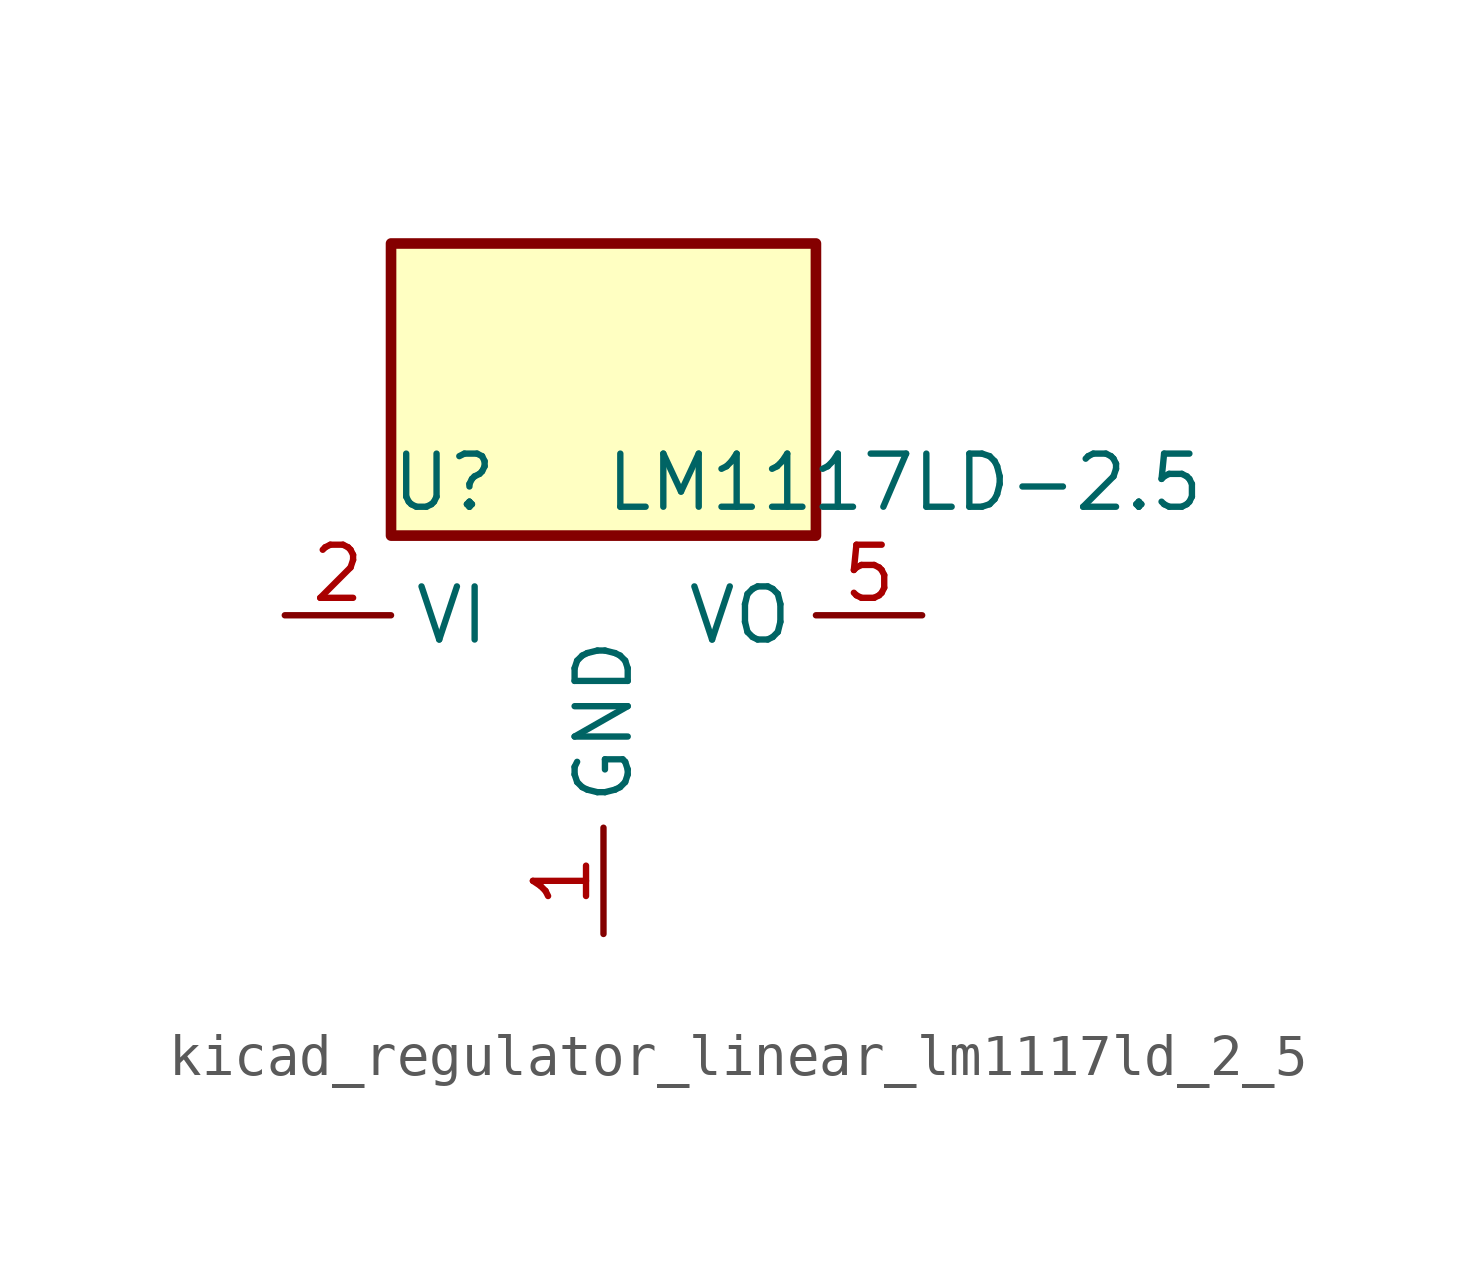
<source format=kicad_sym>
(kicad_symbol_lib
  (version 20220914)
  (generator kicad_symbol_editor)
  (symbol "kicad_regulator_linear_lm1117ld_2_5"
    (property "Reference" "U"
      (at -3.81 3.175 0)
      (effects (font (size 1.27 1.27))))
    (property "Value" "LM1117LD-2.5"
      (at 0 3.175 0)
      (effects (font (size 1.27 1.27)) (justify left)))
    (symbol "kicad_regulator_linear_lm1117ld_2_5_0_1"
      (rectangle (start 5.08 8.89) (end -5.08 1.905) (stroke (width 0.254) (type default)) (fill (type background))))
    (symbol "kicad_regulator_linear_lm1117ld_2_5_1_1"
      (pin power_in line (at 0 -7.62 90) (length 2.54) (name "GND" (effects (font (size 1.27 1.27)))) (number "1" (effects (font (size 1.27 1.27)))))
      (pin power_in line (at -7.62 0 0) (length 2.54) (name "VI" (effects (font (size 1.27 1.27)))) (number "2" (effects (font (size 1.27 1.27)))))
      (pin passive line (at -7.62 0 0) (length 2.54) hide (name "VI" (effects (font (size 1.27 1.27)))) (number "3" (effects (font (size 1.27 1.27)))))
      (pin passive line (at -7.62 0 0) (length 2.54) hide (name "VI" (effects (font (size 1.27 1.27)))) (number "4" (effects (font (size 1.27 1.27)))))
      (pin power_out line (at 7.62 0 180) (length 2.54) (name "VO" (effects (font (size 1.27 1.27)))) (number "5" (effects (font (size 1.27 1.27)))))
      (pin passive line (at 7.62 0 180) (length 2.54) hide (name "VO" (effects (font (size 1.27 1.27)))) (number "6" (effects (font (size 1.27 1.27)))))
      (pin passive line (at 7.62 0 180) (length 2.54) hide (name "VO" (effects (font (size 1.27 1.27)))) (number "7" (effects (font (size 1.27 1.27)))))
      (pin no_connect line (at 5.08 -2.54 180) (length 2.54) hide (name "NC" (effects (font (size 1.27 1.27)))) (number "8" (effects (font (size 1.27 1.27)))))
      (pin passive line (at 7.62 0 180) (length 2.54) hide (name "VO" (effects (font (size 1.27 1.27)))) (number "9" (effects (font (size 1.27 1.27))))))))
</source>
